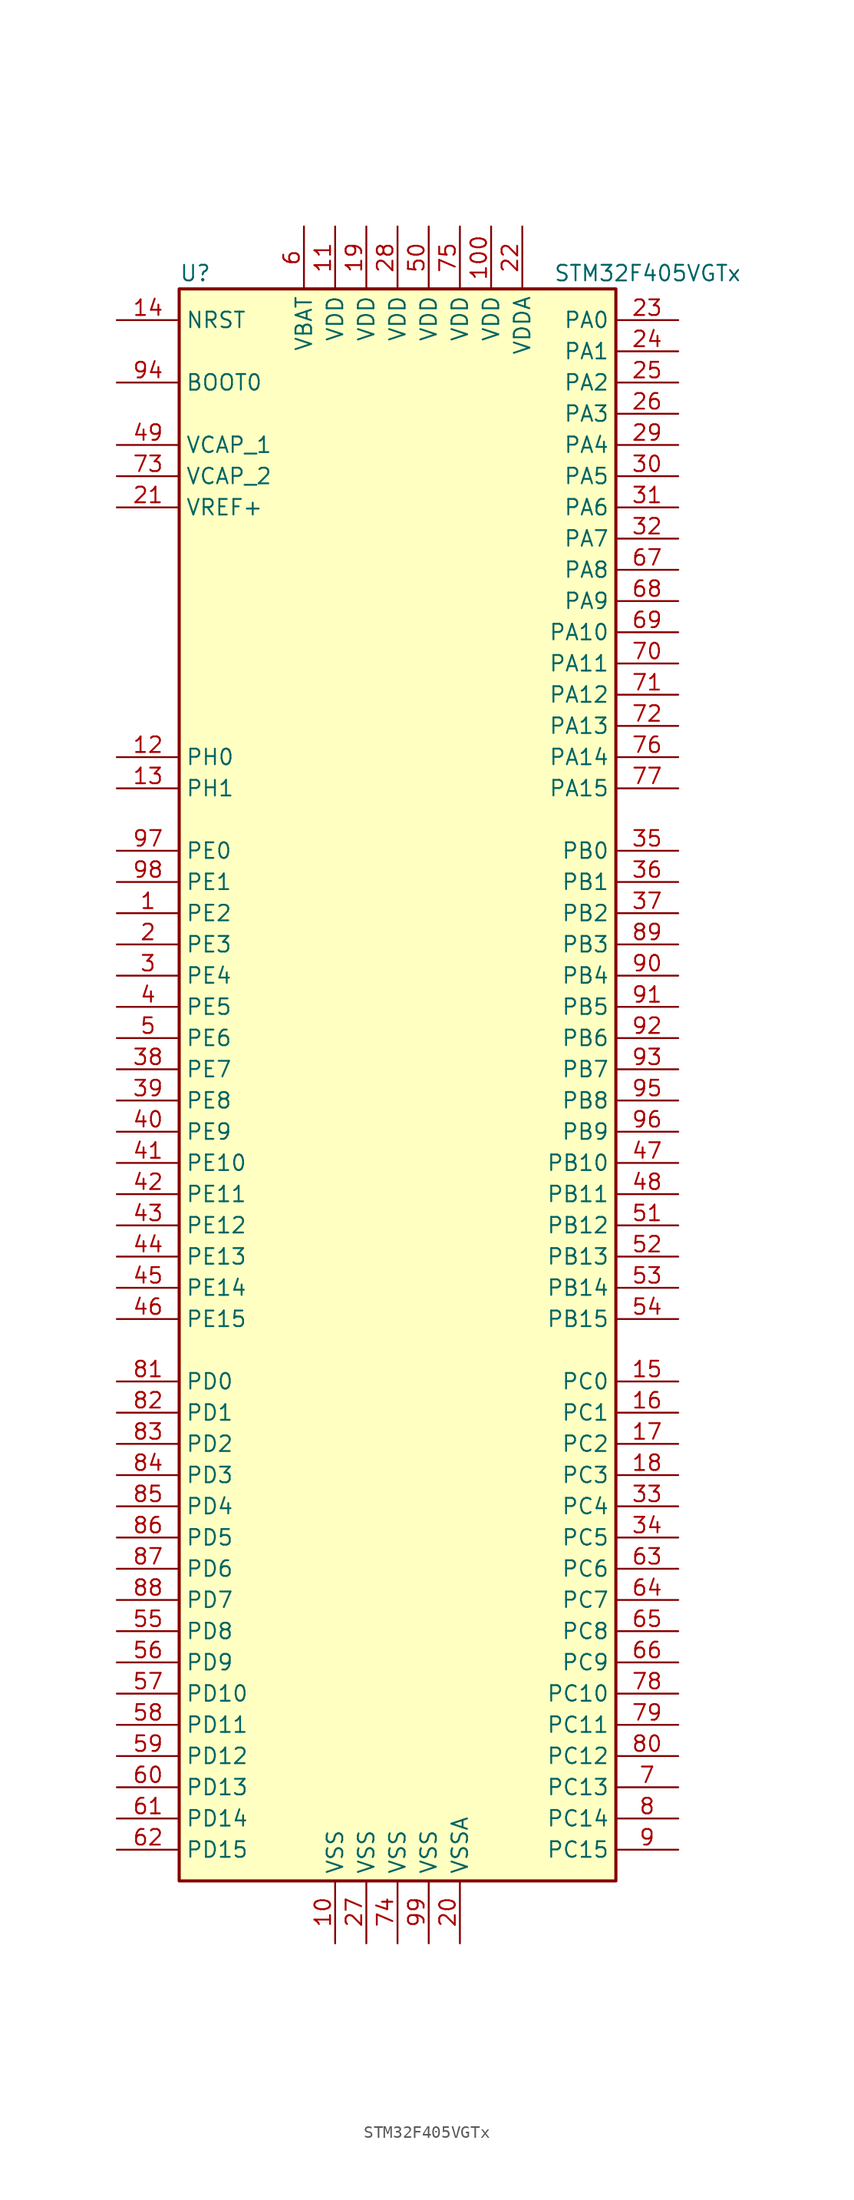
<source format=kicad_sym>
(kicad_symbol_lib
  (version 20201005)
  (generator kicad_symbol_editor)
  (symbol "MCU_ST_STM32F4:STM32F405VGTx"
    (property "Reference" "U"
      (at -17.78 64.77 0)
      (effects (font (size 1.27 1.27)) (justify left)))
    (property "Value" "STM32F405VGTx"
      (at 12.7 64.77 0)
      (effects (font (size 1.27 1.27)) (justify left)))
    (symbol "STM32F405VGTx_0_1"
      (rectangle (start -17.78 -66.04) (end 17.78 63.5) (stroke (width 0.254)) (fill (type background))))
    (symbol "STM32F405VGTx_1_1"
      (pin input line (at -22.86 55.88 0) (length 5.08) (name "BOOT0" (effects (font (size 1.27 1.27)))) (number "94" (effects (font (size 1.27 1.27)))))
      (pin input line (at -22.86 60.96 0) (length 5.08) (name "NRST" (effects (font (size 1.27 1.27)))) (number "14" (effects (font (size 1.27 1.27)))))
      (pin bidirectional line (at 22.86 60.96 180) (length 5.08) (name "PA0" (effects (font (size 1.27 1.27)))) (number "23" (effects (font (size 1.27 1.27)))))
      (pin bidirectional line (at 22.86 58.42 180) (length 5.08) (name "PA1" (effects (font (size 1.27 1.27)))) (number "24" (effects (font (size 1.27 1.27)))))
      (pin bidirectional line (at 22.86 35.56 180) (length 5.08) (name "PA10" (effects (font (size 1.27 1.27)))) (number "69" (effects (font (size 1.27 1.27)))))
      (pin bidirectional line (at 22.86 33.02 180) (length 5.08) (name "PA11" (effects (font (size 1.27 1.27)))) (number "70" (effects (font (size 1.27 1.27)))))
      (pin bidirectional line (at 22.86 30.48 180) (length 5.08) (name "PA12" (effects (font (size 1.27 1.27)))) (number "71" (effects (font (size 1.27 1.27)))))
      (pin bidirectional line (at 22.86 27.94 180) (length 5.08) (name "PA13" (effects (font (size 1.27 1.27)))) (number "72" (effects (font (size 1.27 1.27)))))
      (pin bidirectional line (at 22.86 25.4 180) (length 5.08) (name "PA14" (effects (font (size 1.27 1.27)))) (number "76" (effects (font (size 1.27 1.27)))))
      (pin bidirectional line (at 22.86 22.86 180) (length 5.08) (name "PA15" (effects (font (size 1.27 1.27)))) (number "77" (effects (font (size 1.27 1.27)))))
      (pin bidirectional line (at 22.86 55.88 180) (length 5.08) (name "PA2" (effects (font (size 1.27 1.27)))) (number "25" (effects (font (size 1.27 1.27)))))
      (pin bidirectional line (at 22.86 53.34 180) (length 5.08) (name "PA3" (effects (font (size 1.27 1.27)))) (number "26" (effects (font (size 1.27 1.27)))))
      (pin bidirectional line (at 22.86 50.8 180) (length 5.08) (name "PA4" (effects (font (size 1.27 1.27)))) (number "29" (effects (font (size 1.27 1.27)))))
      (pin bidirectional line (at 22.86 48.26 180) (length 5.08) (name "PA5" (effects (font (size 1.27 1.27)))) (number "30" (effects (font (size 1.27 1.27)))))
      (pin bidirectional line (at 22.86 45.72 180) (length 5.08) (name "PA6" (effects (font (size 1.27 1.27)))) (number "31" (effects (font (size 1.27 1.27)))))
      (pin bidirectional line (at 22.86 43.18 180) (length 5.08) (name "PA7" (effects (font (size 1.27 1.27)))) (number "32" (effects (font (size 1.27 1.27)))))
      (pin bidirectional line (at 22.86 40.64 180) (length 5.08) (name "PA8" (effects (font (size 1.27 1.27)))) (number "67" (effects (font (size 1.27 1.27)))))
      (pin bidirectional line (at 22.86 38.1 180) (length 5.08) (name "PA9" (effects (font (size 1.27 1.27)))) (number "68" (effects (font (size 1.27 1.27)))))
      (pin bidirectional line (at 22.86 17.78 180) (length 5.08) (name "PB0" (effects (font (size 1.27 1.27)))) (number "35" (effects (font (size 1.27 1.27)))))
      (pin bidirectional line (at 22.86 15.24 180) (length 5.08) (name "PB1" (effects (font (size 1.27 1.27)))) (number "36" (effects (font (size 1.27 1.27)))))
      (pin bidirectional line (at 22.86 -7.62 180) (length 5.08) (name "PB10" (effects (font (size 1.27 1.27)))) (number "47" (effects (font (size 1.27 1.27)))))
      (pin bidirectional line (at 22.86 -10.16 180) (length 5.08) (name "PB11" (effects (font (size 1.27 1.27)))) (number "48" (effects (font (size 1.27 1.27)))))
      (pin bidirectional line (at 22.86 -12.7 180) (length 5.08) (name "PB12" (effects (font (size 1.27 1.27)))) (number "51" (effects (font (size 1.27 1.27)))))
      (pin bidirectional line (at 22.86 -15.24 180) (length 5.08) (name "PB13" (effects (font (size 1.27 1.27)))) (number "52" (effects (font (size 1.27 1.27)))))
      (pin bidirectional line (at 22.86 -17.78 180) (length 5.08) (name "PB14" (effects (font (size 1.27 1.27)))) (number "53" (effects (font (size 1.27 1.27)))))
      (pin bidirectional line (at 22.86 -20.32 180) (length 5.08) (name "PB15" (effects (font (size 1.27 1.27)))) (number "54" (effects (font (size 1.27 1.27)))))
      (pin bidirectional line (at 22.86 12.7 180) (length 5.08) (name "PB2" (effects (font (size 1.27 1.27)))) (number "37" (effects (font (size 1.27 1.27)))))
      (pin bidirectional line (at 22.86 10.16 180) (length 5.08) (name "PB3" (effects (font (size 1.27 1.27)))) (number "89" (effects (font (size 1.27 1.27)))))
      (pin bidirectional line (at 22.86 7.62 180) (length 5.08) (name "PB4" (effects (font (size 1.27 1.27)))) (number "90" (effects (font (size 1.27 1.27)))))
      (pin bidirectional line (at 22.86 5.08 180) (length 5.08) (name "PB5" (effects (font (size 1.27 1.27)))) (number "91" (effects (font (size 1.27 1.27)))))
      (pin bidirectional line (at 22.86 2.54 180) (length 5.08) (name "PB6" (effects (font (size 1.27 1.27)))) (number "92" (effects (font (size 1.27 1.27)))))
      (pin bidirectional line (at 22.86 0 180) (length 5.08) (name "PB7" (effects (font (size 1.27 1.27)))) (number "93" (effects (font (size 1.27 1.27)))))
      (pin bidirectional line (at 22.86 -2.54 180) (length 5.08) (name "PB8" (effects (font (size 1.27 1.27)))) (number "95" (effects (font (size 1.27 1.27)))))
      (pin bidirectional line (at 22.86 -5.08 180) (length 5.08) (name "PB9" (effects (font (size 1.27 1.27)))) (number "96" (effects (font (size 1.27 1.27)))))
      (pin bidirectional line (at 22.86 -25.4 180) (length 5.08) (name "PC0" (effects (font (size 1.27 1.27)))) (number "15" (effects (font (size 1.27 1.27)))))
      (pin bidirectional line (at 22.86 -27.94 180) (length 5.08) (name "PC1" (effects (font (size 1.27 1.27)))) (number "16" (effects (font (size 1.27 1.27)))))
      (pin bidirectional line (at 22.86 -50.8 180) (length 5.08) (name "PC10" (effects (font (size 1.27 1.27)))) (number "78" (effects (font (size 1.27 1.27)))))
      (pin bidirectional line (at 22.86 -53.34 180) (length 5.08) (name "PC11" (effects (font (size 1.27 1.27)))) (number "79" (effects (font (size 1.27 1.27)))))
      (pin bidirectional line (at 22.86 -55.88 180) (length 5.08) (name "PC12" (effects (font (size 1.27 1.27)))) (number "80" (effects (font (size 1.27 1.27)))))
      (pin bidirectional line (at 22.86 -58.42 180) (length 5.08) (name "PC13" (effects (font (size 1.27 1.27)))) (number "7" (effects (font (size 1.27 1.27)))))
      (pin bidirectional line (at 22.86 -60.96 180) (length 5.08) (name "PC14" (effects (font (size 1.27 1.27)))) (number "8" (effects (font (size 1.27 1.27)))))
      (pin bidirectional line (at 22.86 -63.5 180) (length 5.08) (name "PC15" (effects (font (size 1.27 1.27)))) (number "9" (effects (font (size 1.27 1.27)))))
      (pin bidirectional line (at 22.86 -30.48 180) (length 5.08) (name "PC2" (effects (font (size 1.27 1.27)))) (number "17" (effects (font (size 1.27 1.27)))))
      (pin bidirectional line (at 22.86 -33.02 180) (length 5.08) (name "PC3" (effects (font (size 1.27 1.27)))) (number "18" (effects (font (size 1.27 1.27)))))
      (pin bidirectional line (at 22.86 -35.56 180) (length 5.08) (name "PC4" (effects (font (size 1.27 1.27)))) (number "33" (effects (font (size 1.27 1.27)))))
      (pin bidirectional line (at 22.86 -38.1 180) (length 5.08) (name "PC5" (effects (font (size 1.27 1.27)))) (number "34" (effects (font (size 1.27 1.27)))))
      (pin bidirectional line (at 22.86 -40.64 180) (length 5.08) (name "PC6" (effects (font (size 1.27 1.27)))) (number "63" (effects (font (size 1.27 1.27)))))
      (pin bidirectional line (at 22.86 -43.18 180) (length 5.08) (name "PC7" (effects (font (size 1.27 1.27)))) (number "64" (effects (font (size 1.27 1.27)))))
      (pin bidirectional line (at 22.86 -45.72 180) (length 5.08) (name "PC8" (effects (font (size 1.27 1.27)))) (number "65" (effects (font (size 1.27 1.27)))))
      (pin bidirectional line (at 22.86 -48.26 180) (length 5.08) (name "PC9" (effects (font (size 1.27 1.27)))) (number "66" (effects (font (size 1.27 1.27)))))
      (pin bidirectional line (at -22.86 -25.4 0) (length 5.08) (name "PD0" (effects (font (size 1.27 1.27)))) (number "81" (effects (font (size 1.27 1.27)))))
      (pin bidirectional line (at -22.86 -27.94 0) (length 5.08) (name "PD1" (effects (font (size 1.27 1.27)))) (number "82" (effects (font (size 1.27 1.27)))))
      (pin bidirectional line (at -22.86 -50.8 0) (length 5.08) (name "PD10" (effects (font (size 1.27 1.27)))) (number "57" (effects (font (size 1.27 1.27)))))
      (pin bidirectional line (at -22.86 -53.34 0) (length 5.08) (name "PD11" (effects (font (size 1.27 1.27)))) (number "58" (effects (font (size 1.27 1.27)))))
      (pin bidirectional line (at -22.86 -55.88 0) (length 5.08) (name "PD12" (effects (font (size 1.27 1.27)))) (number "59" (effects (font (size 1.27 1.27)))))
      (pin bidirectional line (at -22.86 -58.42 0) (length 5.08) (name "PD13" (effects (font (size 1.27 1.27)))) (number "60" (effects (font (size 1.27 1.27)))))
      (pin bidirectional line (at -22.86 -60.96 0) (length 5.08) (name "PD14" (effects (font (size 1.27 1.27)))) (number "61" (effects (font (size 1.27 1.27)))))
      (pin bidirectional line (at -22.86 -63.5 0) (length 5.08) (name "PD15" (effects (font (size 1.27 1.27)))) (number "62" (effects (font (size 1.27 1.27)))))
      (pin bidirectional line (at -22.86 -30.48 0) (length 5.08) (name "PD2" (effects (font (size 1.27 1.27)))) (number "83" (effects (font (size 1.27 1.27)))))
      (pin bidirectional line (at -22.86 -33.02 0) (length 5.08) (name "PD3" (effects (font (size 1.27 1.27)))) (number "84" (effects (font (size 1.27 1.27)))))
      (pin bidirectional line (at -22.86 -35.56 0) (length 5.08) (name "PD4" (effects (font (size 1.27 1.27)))) (number "85" (effects (font (size 1.27 1.27)))))
      (pin bidirectional line (at -22.86 -38.1 0) (length 5.08) (name "PD5" (effects (font (size 1.27 1.27)))) (number "86" (effects (font (size 1.27 1.27)))))
      (pin bidirectional line (at -22.86 -40.64 0) (length 5.08) (name "PD6" (effects (font (size 1.27 1.27)))) (number "87" (effects (font (size 1.27 1.27)))))
      (pin bidirectional line (at -22.86 -43.18 0) (length 5.08) (name "PD7" (effects (font (size 1.27 1.27)))) (number "88" (effects (font (size 1.27 1.27)))))
      (pin bidirectional line (at -22.86 -45.72 0) (length 5.08) (name "PD8" (effects (font (size 1.27 1.27)))) (number "55" (effects (font (size 1.27 1.27)))))
      (pin bidirectional line (at -22.86 -48.26 0) (length 5.08) (name "PD9" (effects (font (size 1.27 1.27)))) (number "56" (effects (font (size 1.27 1.27)))))
      (pin bidirectional line (at -22.86 17.78 0) (length 5.08) (name "PE0" (effects (font (size 1.27 1.27)))) (number "97" (effects (font (size 1.27 1.27)))))
      (pin bidirectional line (at -22.86 15.24 0) (length 5.08) (name "PE1" (effects (font (size 1.27 1.27)))) (number "98" (effects (font (size 1.27 1.27)))))
      (pin bidirectional line (at -22.86 -7.62 0) (length 5.08) (name "PE10" (effects (font (size 1.27 1.27)))) (number "41" (effects (font (size 1.27 1.27)))))
      (pin bidirectional line (at -22.86 -10.16 0) (length 5.08) (name "PE11" (effects (font (size 1.27 1.27)))) (number "42" (effects (font (size 1.27 1.27)))))
      (pin bidirectional line (at -22.86 -12.7 0) (length 5.08) (name "PE12" (effects (font (size 1.27 1.27)))) (number "43" (effects (font (size 1.27 1.27)))))
      (pin bidirectional line (at -22.86 -15.24 0) (length 5.08) (name "PE13" (effects (font (size 1.27 1.27)))) (number "44" (effects (font (size 1.27 1.27)))))
      (pin bidirectional line (at -22.86 -17.78 0) (length 5.08) (name "PE14" (effects (font (size 1.27 1.27)))) (number "45" (effects (font (size 1.27 1.27)))))
      (pin bidirectional line (at -22.86 -20.32 0) (length 5.08) (name "PE15" (effects (font (size 1.27 1.27)))) (number "46" (effects (font (size 1.27 1.27)))))
      (pin bidirectional line (at -22.86 12.7 0) (length 5.08) (name "PE2" (effects (font (size 1.27 1.27)))) (number "1" (effects (font (size 1.27 1.27)))))
      (pin bidirectional line (at -22.86 10.16 0) (length 5.08) (name "PE3" (effects (font (size 1.27 1.27)))) (number "2" (effects (font (size 1.27 1.27)))))
      (pin bidirectional line (at -22.86 7.62 0) (length 5.08) (name "PE4" (effects (font (size 1.27 1.27)))) (number "3" (effects (font (size 1.27 1.27)))))
      (pin bidirectional line (at -22.86 5.08 0) (length 5.08) (name "PE5" (effects (font (size 1.27 1.27)))) (number "4" (effects (font (size 1.27 1.27)))))
      (pin bidirectional line (at -22.86 2.54 0) (length 5.08) (name "PE6" (effects (font (size 1.27 1.27)))) (number "5" (effects (font (size 1.27 1.27)))))
      (pin bidirectional line (at -22.86 0 0) (length 5.08) (name "PE7" (effects (font (size 1.27 1.27)))) (number "38" (effects (font (size 1.27 1.27)))))
      (pin bidirectional line (at -22.86 -2.54 0) (length 5.08) (name "PE8" (effects (font (size 1.27 1.27)))) (number "39" (effects (font (size 1.27 1.27)))))
      (pin bidirectional line (at -22.86 -5.08 0) (length 5.08) (name "PE9" (effects (font (size 1.27 1.27)))) (number "40" (effects (font (size 1.27 1.27)))))
      (pin input line (at -22.86 25.4 0) (length 5.08) (name "PH0" (effects (font (size 1.27 1.27)))) (number "12" (effects (font (size 1.27 1.27)))))
      (pin input line (at -22.86 22.86 0) (length 5.08) (name "PH1" (effects (font (size 1.27 1.27)))) (number "13" (effects (font (size 1.27 1.27)))))
      (pin power_in line (at -7.62 68.58 270) (length 5.08) (name "VBAT" (effects (font (size 1.27 1.27)))) (number "6" (effects (font (size 1.27 1.27)))))
      (pin power_in line (at -22.86 50.8 0) (length 5.08) (name "VCAP_1" (effects (font (size 1.27 1.27)))) (number "49" (effects (font (size 1.27 1.27)))))
      (pin power_in line (at -22.86 48.26 0) (length 5.08) (name "VCAP_2" (effects (font (size 1.27 1.27)))) (number "73" (effects (font (size 1.27 1.27)))))
      (pin power_in line (at 7.62 68.58 270) (length 5.08) (name "VDD" (effects (font (size 1.27 1.27)))) (number "100" (effects (font (size 1.27 1.27)))))
      (pin power_in line (at -5.08 68.58 270) (length 5.08) (name "VDD" (effects (font (size 1.27 1.27)))) (number "11" (effects (font (size 1.27 1.27)))))
      (pin power_in line (at -2.54 68.58 270) (length 5.08) (name "VDD" (effects (font (size 1.27 1.27)))) (number "19" (effects (font (size 1.27 1.27)))))
      (pin power_in line (at 0 68.58 270) (length 5.08) (name "VDD" (effects (font (size 1.27 1.27)))) (number "28" (effects (font (size 1.27 1.27)))))
      (pin power_in line (at 2.54 68.58 270) (length 5.08) (name "VDD" (effects (font (size 1.27 1.27)))) (number "50" (effects (font (size 1.27 1.27)))))
      (pin power_in line (at 5.08 68.58 270) (length 5.08) (name "VDD" (effects (font (size 1.27 1.27)))) (number "75" (effects (font (size 1.27 1.27)))))
      (pin power_in line (at 10.16 68.58 270) (length 5.08) (name "VDDA" (effects (font (size 1.27 1.27)))) (number "22" (effects (font (size 1.27 1.27)))))
      (pin power_in line (at -22.86 45.72 0) (length 5.08) (name "VREF+" (effects (font (size 1.27 1.27)))) (number "21" (effects (font (size 1.27 1.27)))))
      (pin power_in line (at -5.08 -71.12 90) (length 5.08) (name "VSS" (effects (font (size 1.27 1.27)))) (number "10" (effects (font (size 1.27 1.27)))))
      (pin power_in line (at -2.54 -71.12 90) (length 5.08) (name "VSS" (effects (font (size 1.27 1.27)))) (number "27" (effects (font (size 1.27 1.27)))))
      (pin power_in line (at 0 -71.12 90) (length 5.08) (name "VSS" (effects (font (size 1.27 1.27)))) (number "74" (effects (font (size 1.27 1.27)))))
      (pin power_in line (at 2.54 -71.12 90) (length 5.08) (name "VSS" (effects (font (size 1.27 1.27)))) (number "99" (effects (font (size 1.27 1.27)))))
      (pin power_in line (at 5.08 -71.12 90) (length 5.08) (name "VSSA" (effects (font (size 1.27 1.27)))) (number "20" (effects (font (size 1.27 1.27))))))))
</source>
